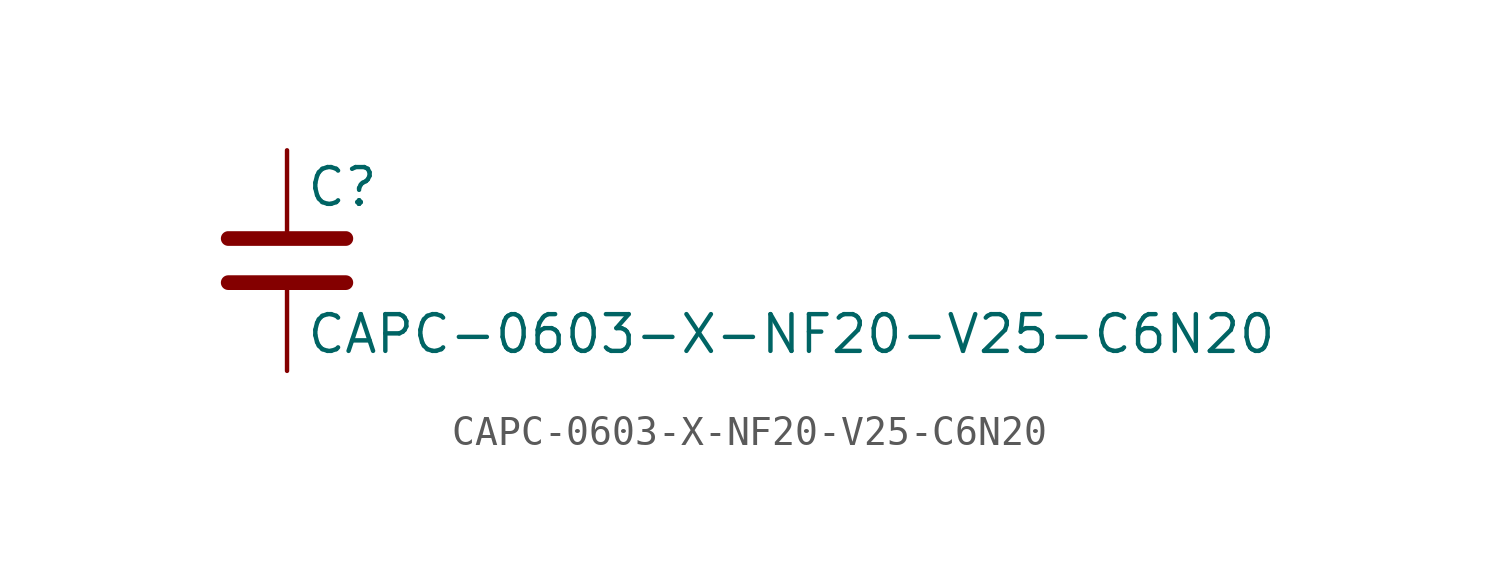
<source format=kicad_sym>
(kicad_symbol_lib
  (version 20211014)
  (generator kicad_symbol_editor)
  (symbol "CAPC-0603-X-NF20-V25-C6N20"
    (pin_numbers hide)
    (pin_names
      (offset 0.254))
    (property "Reference" "C"
      (at 0.635 2.54 0)
      (effects (font (size 1.27 1.27)) (justify left)))
    (property "Value" "CAPC-0603-X-NF20-V25-C6N20"
      (at 0.635 -2.54 0)
      (effects (font (size 1.27 1.27)) (justify left)))
    (symbol "CAPC-0603-X-NF20-V25-C6N20_0_1"
      (polyline (pts (xy -2.032 -0.762) (xy 2.032 -0.762)) (stroke (width 0.508) (type default) (color 0 0 0 0)) (fill (type none)))
      (polyline (pts (xy -2.032 0.762) (xy 2.032 0.762)) (stroke (width 0.508) (type default) (color 0 0 0 0)) (fill (type none))))
    (symbol "CAPC-0603-X-NF20-V25-C6N20_1_1"
      (pin passive line (at 0 3.81 270) (length 2.794) (name "~" (effects (font (size 1.27 1.27)))) (number "1" (effects (font (size 1.27 1.27)))))
      (pin passive line (at 0 -3.81 90) (length 2.794) (name "~" (effects (font (size 1.27 1.27)))) (number "2" (effects (font (size 1.27 1.27))))))))
</source>
